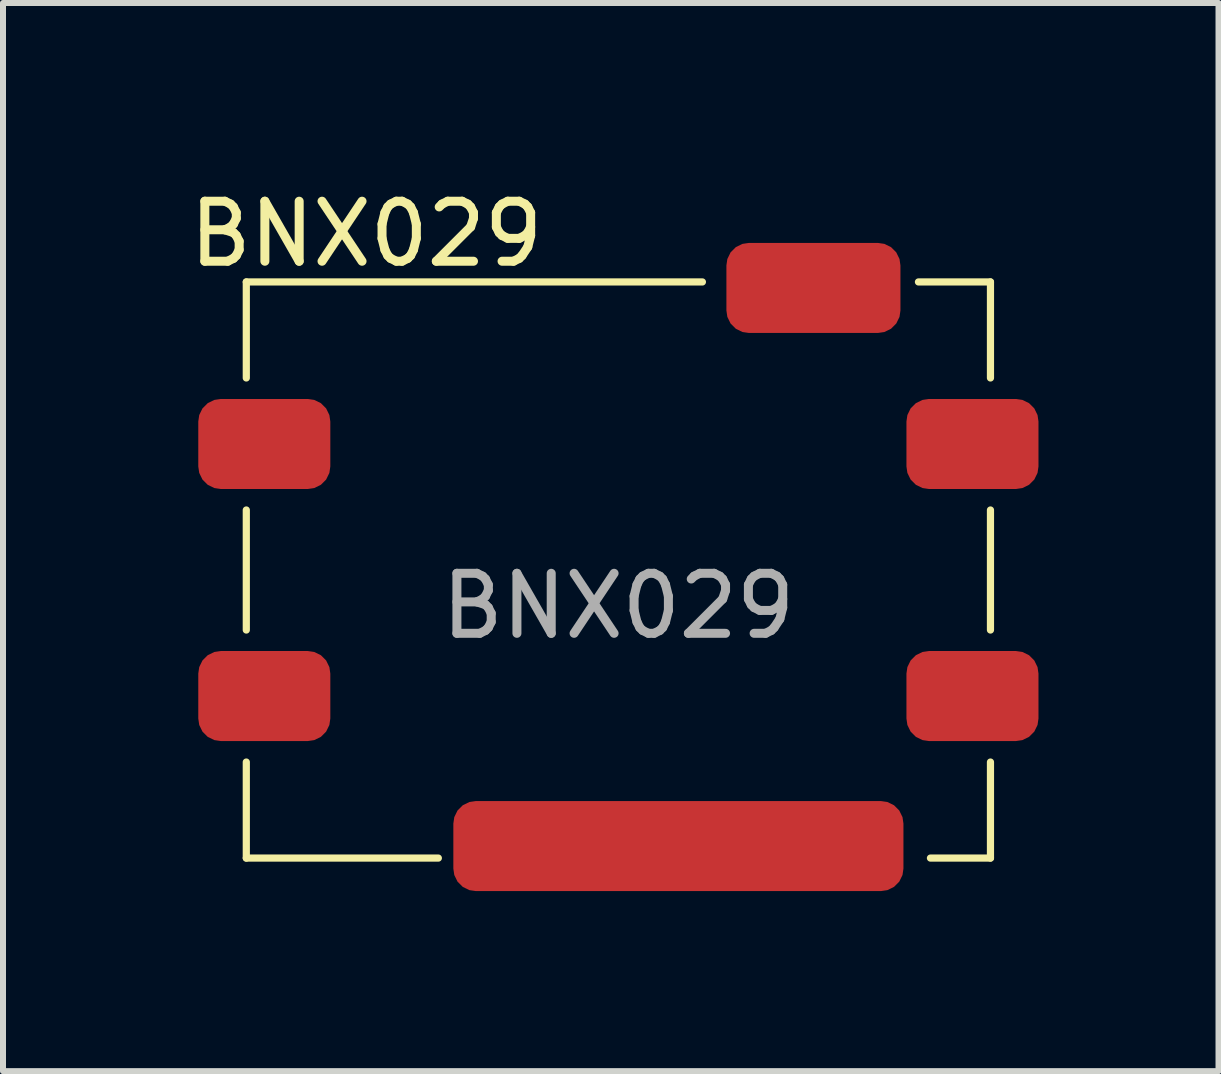
<source format=kicad_pcb>
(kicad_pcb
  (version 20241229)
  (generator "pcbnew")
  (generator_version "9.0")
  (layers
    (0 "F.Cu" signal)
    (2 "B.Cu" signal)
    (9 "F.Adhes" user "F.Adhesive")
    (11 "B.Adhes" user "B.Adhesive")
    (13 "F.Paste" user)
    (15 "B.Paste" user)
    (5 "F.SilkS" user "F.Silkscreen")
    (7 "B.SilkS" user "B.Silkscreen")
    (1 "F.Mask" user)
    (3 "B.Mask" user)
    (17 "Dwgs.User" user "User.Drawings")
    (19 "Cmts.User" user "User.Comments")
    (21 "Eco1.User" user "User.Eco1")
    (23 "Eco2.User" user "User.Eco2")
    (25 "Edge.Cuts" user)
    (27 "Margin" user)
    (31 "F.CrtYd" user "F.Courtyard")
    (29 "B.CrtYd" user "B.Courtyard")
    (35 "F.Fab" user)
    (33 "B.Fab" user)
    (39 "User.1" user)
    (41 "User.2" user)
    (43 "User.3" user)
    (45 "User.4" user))
  (footprint "BNX029"
    (layer "F.Cu")
    (at 7.254 6.448)
    (property "Reference" "BNX029" (at -4.2 -5.6 0) (unlocked yes) (layer "F.SilkS") (effects (font (size 1 1) (thickness 0.15))))
    (attr smd)
    (fp_line (start -6.2 -4.8) (end -6.2 -3.2) (stroke (width 0.12) (type default)) (layer "F.SilkS"))
    (fp_line (start -6.2 -1) (end -6.2 1) (stroke (width 0.12) (type default)) (layer "F.SilkS"))
    (fp_line (start -6.2 3.2) (end -6.2 4.8) (stroke (width 0.12) (type default)) (layer "F.SilkS"))
    (fp_line (start -6.2 4.8) (end -3 4.8) (stroke (width 0.12) (type default)) (layer "F.SilkS"))
    (fp_line (start 1.4 -4.8) (end -6.2 -4.8) (stroke (width 0.12) (type default)) (layer "F.SilkS"))
    (fp_line (start 5.2 4.8) (end 6.2 4.8) (stroke (width 0.12) (type default)) (layer "F.SilkS"))
    (fp_line (start 6.2 -4.8) (end 5 -4.8) (stroke (width 0.12) (type default)) (layer "F.SilkS"))
    (fp_line (start 6.2 -3.2) (end 6.2 -4.8) (stroke (width 0.12) (type default)) (layer "F.SilkS"))
    (fp_line (start 6.2 1) (end 6.2 -1) (stroke (width 0.12) (type default)) (layer "F.SilkS"))
    (fp_line (start 6.2 4.8) (end 6.2 3.2) (stroke (width 0.12) (type default)) (layer "F.SilkS"))
    (fp_text user "${REFERENCE}" (at 0 0.6 0) (unlocked yes) (layer "F.Fab") (effects (font (size 1 1) (thickness 0.15))))
    (pad "1" smd roundrect (at -5.9 -2.1) (size 2.2 1.5) (layers "F.Cu" "F.Mask" "F.Paste") (roundrect_rratio 0.25))
    (pad "2" smd roundrect (at 5.9 -2.1) (size 2.2 1.5) (layers "F.Cu" "F.Mask" "F.Paste") (roundrect_rratio 0.25))
    (pad "3" smd roundrect (at -5.9 2.1) (size 2.2 1.5) (layers "F.Cu" "F.Mask" "F.Paste") (roundrect_rratio 0.25))
    (pad "4" smd roundrect (at 1 4.6) (size 7.5 1.5) (layers "F.Cu" "F.Mask" "F.Paste") (roundrect_rratio 0.25))
    (pad "4" smd roundrect (at 3.25 -4.7) (size 2.9 1.5) (layers "F.Cu" "F.Mask" "F.Paste") (roundrect_rratio 0.25))
    (pad "4" smd roundrect (at 5.9 2.1) (size 2.2 1.5) (layers "F.Cu" "F.Mask" "F.Paste") (roundrect_rratio 0.25)))
  (gr_rect
    (start -3 -3)
    (end 17.254 14.798)
    (stroke (width 0.1) (type default))
    (fill no)
    (layer "Edge.Cuts")))
</source>
